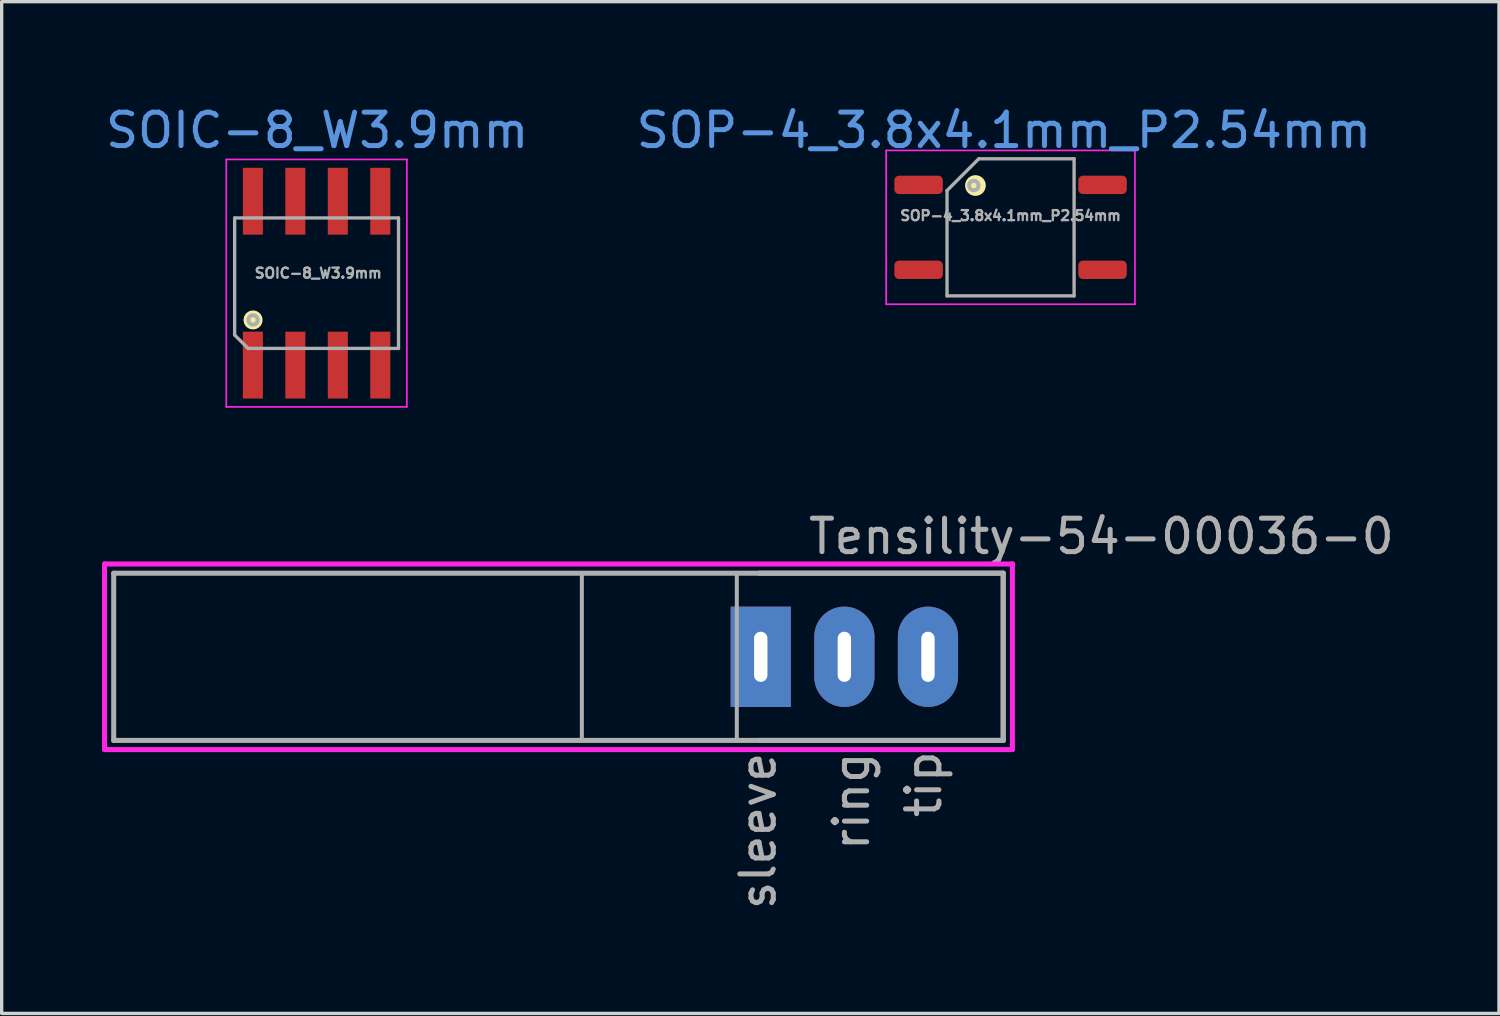
<source format=kicad_pcb>
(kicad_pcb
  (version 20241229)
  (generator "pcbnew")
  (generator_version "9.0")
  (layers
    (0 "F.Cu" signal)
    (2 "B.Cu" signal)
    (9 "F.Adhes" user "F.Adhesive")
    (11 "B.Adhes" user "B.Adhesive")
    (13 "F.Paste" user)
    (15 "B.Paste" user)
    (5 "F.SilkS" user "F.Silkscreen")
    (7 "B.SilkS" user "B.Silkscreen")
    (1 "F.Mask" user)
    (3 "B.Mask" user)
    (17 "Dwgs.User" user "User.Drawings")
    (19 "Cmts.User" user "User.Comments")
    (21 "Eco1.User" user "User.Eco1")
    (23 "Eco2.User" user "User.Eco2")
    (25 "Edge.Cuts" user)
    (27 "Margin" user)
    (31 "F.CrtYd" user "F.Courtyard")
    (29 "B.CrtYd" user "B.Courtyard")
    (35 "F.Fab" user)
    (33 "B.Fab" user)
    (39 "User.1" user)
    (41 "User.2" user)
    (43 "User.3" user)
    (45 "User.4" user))
  (footprint "SOP-4_3.8x4.1mm_P2.54mm"
    (layer "F.Cu")
    (at 27.17 3.748)
    (property "Reference" "SOP-4_3.8x4.1mm_P2.54mm" (at -0.2 -2.9 0) (layer "Cmts.User") (effects (font (size 1 1) (thickness 0.15))))
    (attr smd)
    (fp_circle (center -1.05 -1.25) (end -0.8 -1.25) (stroke (width 0.12) (type solid)) (fill yes) (layer "F.SilkS"))
    (fp_line (start -3.72 -2.3) (end -3.72 2.3) (stroke (width 0.05) (type solid)) (layer "F.CrtYd"))
    (fp_line (start -3.72 2.3) (end 3.72 2.3) (stroke (width 0.05) (type solid)) (layer "F.CrtYd"))
    (fp_line (start 3.72 -2.3) (end -3.72 -2.3) (stroke (width 0.05) (type solid)) (layer "F.CrtYd"))
    (fp_line (start 3.72 2.3) (end 3.72 -2.3) (stroke (width 0.05) (type solid)) (layer "F.CrtYd"))
    (fp_line (start -1.9 -1.1) (end -0.95 -2.05) (stroke (width 0.1) (type solid)) (layer "F.Fab"))
    (fp_line (start -1.9 2.05) (end -1.9 -1.1) (stroke (width 0.1) (type solid)) (layer "F.Fab"))
    (fp_line (start -0.95 -2.05) (end 1.9 -2.05) (stroke (width 0.1) (type solid)) (layer "F.Fab"))
    (fp_line (start 1.9 -2.05) (end 1.9 2.05) (stroke (width 0.1) (type solid)) (layer "F.Fab"))
    (fp_line (start 1.9 2.05) (end -1.9 2.05) (stroke (width 0.1) (type solid)) (layer "F.Fab"))
    (fp_circle (center -1.1 -1.25) (end -0.959 -1.25) (stroke (width 0.12) (type solid)) (fill no) (layer "F.Fab"))
    (fp_text user "${REFERENCE}" (at 0 -0.35 0) (unlocked yes) (layer "F.Fab") (effects (font (size 0.3 0.3) (thickness 0.07) (bold yes))))
    (pad "1" smd roundrect (at -2.75 -1.27) (size 1.45 0.55) (layers "F.Cu" "F.Mask" "F.Paste") (roundrect_rratio 0.25))
    (pad "2" smd roundrect (at -2.75 1.27) (size 1.45 0.55) (layers "F.Cu" "F.Mask" "F.Paste") (roundrect_rratio 0.25))
    (pad "3" smd roundrect (at 2.75 1.27) (size 1.45 0.55) (layers "F.Cu" "F.Mask" "F.Paste") (roundrect_rratio 0.25))
    (pad "4" smd roundrect (at 2.75 -1.27) (size 1.45 0.55) (layers "F.Cu" "F.Mask" "F.Paste") (roundrect_rratio 0.25)))
  (footprint "Tensility-54-00036-0"
    (layer "F.Cu")
    (at 13.65 16.591)
    (property "Reference" "Tensility-54-00036-0" (at 7.4 -3.6 0) (layer "F.Fab") (effects (font (size 1 1) (thickness 0.15)) (justify left)))
    (attr through_hole)
    (fp_line (start -13.575 -2.775) (end -13.575 2.775) (stroke (width 0.15) (type solid)) (layer "F.CrtYd"))
    (fp_line (start -13.575 2.775) (end 13.575 2.775) (stroke (width 0.15) (type solid)) (layer "F.CrtYd"))
    (fp_line (start 13.575 -2.775) (end -13.575 -2.775) (stroke (width 0.15) (type solid)) (layer "F.CrtYd"))
    (fp_line (start 13.575 -2.775) (end 13.575 -2.775) (stroke (width 0.15) (type solid)) (layer "F.CrtYd"))
    (fp_line (start 13.575 2.775) (end 13.575 -2.775) (stroke (width 0.15) (type solid)) (layer "F.CrtYd"))
    (fp_line (start -13.3 -2.5) (end 13.3 -2.5) (stroke (width 0.15) (type solid)) (layer "F.Fab"))
    (fp_line (start -13.3 2.5) (end -13.3 -2.5) (stroke (width 0.15) (type solid)) (layer "F.Fab"))
    (fp_line (start 0.7 -2.5) (end 0.7 2.453) (stroke (width 0.12) (type solid)) (layer "F.Fab"))
    (fp_line (start 5.334 -2.477) (end 5.334 2.477) (stroke (width 0.12) (type solid)) (layer "F.Fab"))
    (fp_line (start 13.3 -2.5) (end 6 -2.5) (stroke (width 0.15) (type solid)) (layer "F.Fab"))
    (fp_line (start 13.3 -2.5) (end 13.3 2.5) (stroke (width 0.15) (type solid)) (layer "F.Fab"))
    (fp_line (start 13.3 2.5) (end -13.3 2.5) (stroke (width 0.15) (type solid)) (layer "F.Fab"))
    (fp_line (start 13.3 2.5) (end 6 2.5) (stroke (width 0.15) (type solid)) (layer "F.Fab"))
    (fp_line (start 13.3 2.5) (end 13.3 -2.5) (stroke (width 0.15) (type solid)) (layer "F.Fab"))
    (fp_text user "ring" (at 8.763 4.318 90) (layer "F.Fab") (effects (font (size 1 1) (thickness 0.15))))
    (fp_text user "tip" (at 10.922 3.81 90) (layer "F.Fab") (effects (font (size 1 1) (thickness 0.15))))
    (fp_text user "sleeve" (at 5.969 5.207 90) (layer "F.Fab") (effects (font (size 1 1) (thickness 0.15))))
    (pad "1" thru_hole oval (at 11.05 0) (size 1.8 3) (drill oval 0.4 1.5) (layers "*.Cu" "*.Mask"))
    (pad "2" thru_hole oval (at 8.55 0) (size 1.8 3) (drill oval 0.4 1.5) (layers "*.Cu" "*.Mask"))
    (pad "3" thru_hole rect (at 6.05 0) (size 1.8 3) (drill oval 0.4 1.5) (layers "*.Cu" "*.Mask")))
  (footprint "SOIC-8_W3.9mm"
    (layer "F.Cu")
    (at 6.417 5.418)
    (property "Reference" "SOIC-8_W3.9mm" (at 0.018 -4.569 0) (layer "Cmts.User") (effects (font (size 1 1) (thickness 0.15))))
    (attr smd)
    (fp_circle (center -1.9 1.1) (end -1.676 1.1) (stroke (width 0.12) (type solid)) (fill yes) (layer "F.SilkS"))
    (fp_line (start -2.7 -3.7) (end -2.7 3.7) (stroke (width 0.05) (type solid)) (layer "F.CrtYd"))
    (fp_line (start -2.7 -3.7) (end 2.7 -3.7) (stroke (width 0.05) (type solid)) (layer "F.CrtYd"))
    (fp_line (start -2.7 3.7) (end 2.7 3.7) (stroke (width 0.05) (type solid)) (layer "F.CrtYd"))
    (fp_line (start 2.7 -3.7) (end 2.7 3.7) (stroke (width 0.05) (type solid)) (layer "F.CrtYd"))
    (fp_line (start -2.45 -1.95) (end 2.45 -1.95) (stroke (width 0.1) (type solid)) (layer "F.Fab"))
    (fp_line (start -2.45 1.55) (end -2.45 -1.95) (stroke (width 0.1) (type solid)) (layer "F.Fab"))
    (fp_line (start -2.45 1.55) (end -2.05 1.95) (stroke (width 0.1) (type solid)) (layer "F.Fab"))
    (fp_line (start -2.05 1.95) (end 2.45 1.95) (stroke (width 0.1) (type solid)) (layer "F.Fab"))
    (fp_line (start 2.45 -1.95) (end 2.45 1.95) (stroke (width 0.1) (type solid)) (layer "F.Fab"))
    (fp_circle (center -1.9 1.1) (end -1.759 1.1) (stroke (width 0.12) (type solid)) (fill no) (layer "F.Fab"))
    (fp_text user "${REFERENCE}" (at 0.05 -0.3 0) (unlocked yes) (layer "F.Fab") (effects (font (size 0.3 0.3) (thickness 0.07) (bold yes))))
    (pad "1" smd rect (at -1.905 2.45) (size 0.6 2) (layers "F.Cu" "F.Mask" "F.Paste"))
    (pad "2" smd rect (at -0.635 2.45) (size 0.6 2) (layers "F.Cu" "F.Mask" "F.Paste"))
    (pad "3" smd rect (at 0.635 2.45) (size 0.6 2) (layers "F.Cu" "F.Mask" "F.Paste"))
    (pad "4" smd rect (at 1.905 2.45) (size 0.6 2) (layers "F.Cu" "F.Mask" "F.Paste"))
    (pad "5" smd rect (at 1.905 -2.45) (size 0.6 2) (layers "F.Cu" "F.Mask" "F.Paste"))
    (pad "6" smd rect (at 0.635 -2.45) (size 0.6 2) (layers "F.Cu" "F.Mask" "F.Paste"))
    (pad "7" smd rect (at -0.635 -2.45) (size 0.6 2) (layers "F.Cu" "F.Mask" "F.Paste"))
    (pad "8" smd rect (at -1.905 -2.45) (size 0.6 2) (layers "F.Cu" "F.Mask" "F.Paste")))
  (gr_rect
    (start -3 -3)
    (end 41.776 27.256)
    (stroke (width 0.1) (type default))
    (fill no)
    (layer "Edge.Cuts")))
</source>
